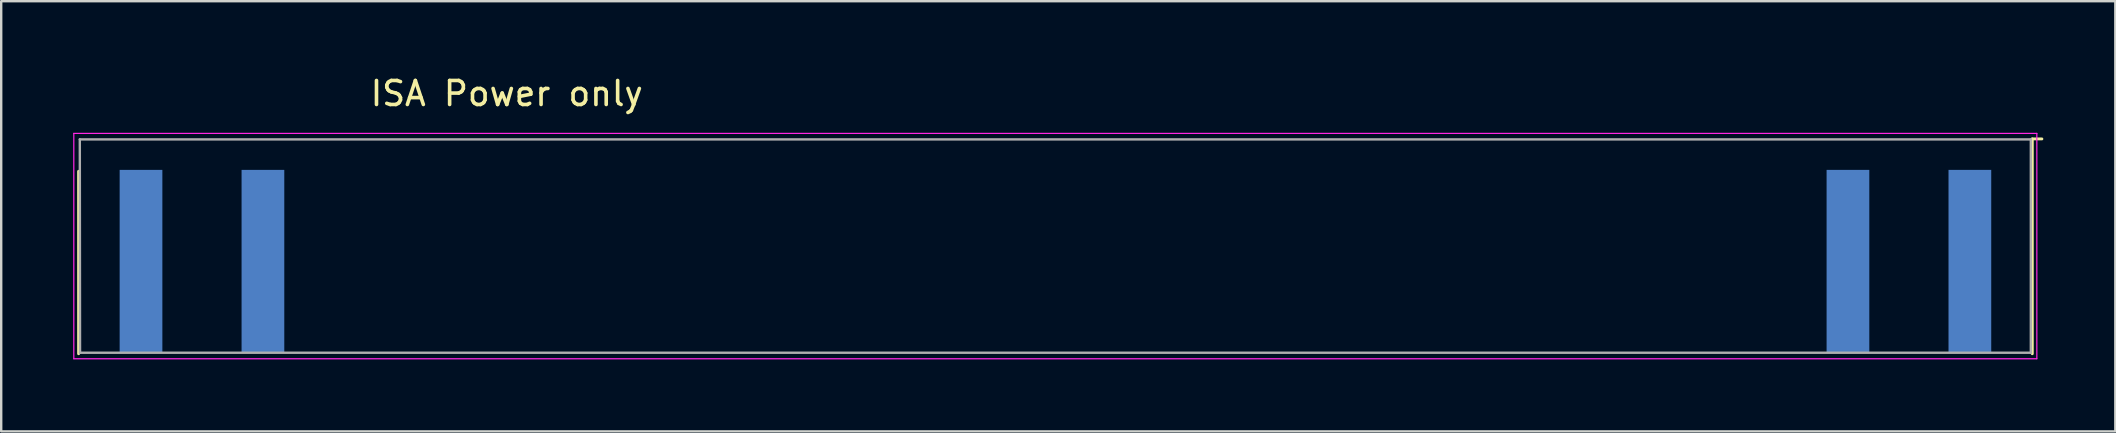
<source format=kicad_pcb>
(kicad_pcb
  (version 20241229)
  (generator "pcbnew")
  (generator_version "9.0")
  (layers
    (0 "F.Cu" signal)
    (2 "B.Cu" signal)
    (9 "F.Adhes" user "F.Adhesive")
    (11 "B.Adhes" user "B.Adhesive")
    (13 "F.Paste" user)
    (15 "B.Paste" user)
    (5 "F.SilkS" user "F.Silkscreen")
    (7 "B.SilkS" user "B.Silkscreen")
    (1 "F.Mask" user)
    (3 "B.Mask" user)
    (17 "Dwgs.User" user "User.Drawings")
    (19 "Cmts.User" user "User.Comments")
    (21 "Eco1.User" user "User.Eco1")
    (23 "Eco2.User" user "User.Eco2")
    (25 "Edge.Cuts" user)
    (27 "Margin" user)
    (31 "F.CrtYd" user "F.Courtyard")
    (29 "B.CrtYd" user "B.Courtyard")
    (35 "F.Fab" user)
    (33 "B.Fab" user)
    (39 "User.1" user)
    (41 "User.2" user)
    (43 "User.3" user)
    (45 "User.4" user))
  (footprint "ISA Power only"
    (layer "F.Cu")
    (at 79.025 7.838)
    (property "Reference" "ISA Power only" (at -60.96 -6.99 0) (layer "F.SilkS") (effects (font (size 1 1) (thickness 0.15))))
    (attr exclude_from_pos_files exclude_from_bom)
    (fp_line (start -78.8 -3.75) (end -78.8 3.85) (stroke (width 0.12) (type solid)) (layer "F.SilkS"))
    (fp_line (start 2.6 -5.1) (end 3 -5.1) (stroke (width 0.12) (type solid)) (layer "F.SilkS"))
    (fp_line (start 2.6 3.85) (end 2.6 -5.1) (stroke (width 0.12) (type solid)) (layer "F.SilkS"))
    (fp_line (start -79 -5.33) (end -79 4.06) (stroke (width 0.05) (type solid)) (layer "F.CrtYd"))
    (fp_line (start -79 -5.33) (end 2.79 -5.33) (stroke (width 0.05) (type solid)) (layer "F.CrtYd"))
    (fp_line (start 2.79 4.06) (end -79 4.06) (stroke (width 0.05) (type solid)) (layer "F.CrtYd"))
    (fp_line (start 2.79 4.06) (end 2.79 -5.33) (stroke (width 0.05) (type solid)) (layer "F.CrtYd"))
    (fp_line (start -78.75 -5.08) (end 2.54 -5.08) (stroke (width 0.1) (type solid)) (layer "F.Fab"))
    (fp_line (start -78.74 3.81) (end -78.75 -5.08) (stroke (width 0.1) (type solid)) (layer "F.Fab"))
    (fp_line (start 2.54 -5.08) (end 2.54 3.81) (stroke (width 0.1) (type solid)) (layer "F.Fab"))
    (fp_line (start 2.54 3.81) (end -78.74 3.81) (stroke (width 0.1) (type solid)) (layer "F.Fab"))
    (pad "B01" connect rect (at 0 0) (size 1.78 7.62) (layers "B.Cu" "B.Mask"))
    (pad "B03" connect rect (at -5.08 0) (size 1.78 7.62) (layers "B.Cu" "B.Mask"))
    (pad "B29" connect rect (at -71.12 0) (size 1.78 7.62) (layers "B.Cu" "B.Mask"))
    (pad "B31" connect rect (at -76.2 0) (size 1.78 7.62) (layers "B.Cu" "B.Mask")))
  (gr_rect
    (start -3 -3)
    (end 85.085 14.923)
    (stroke (width 0.1) (type default))
    (fill no)
    (layer "Edge.Cuts")))
</source>
